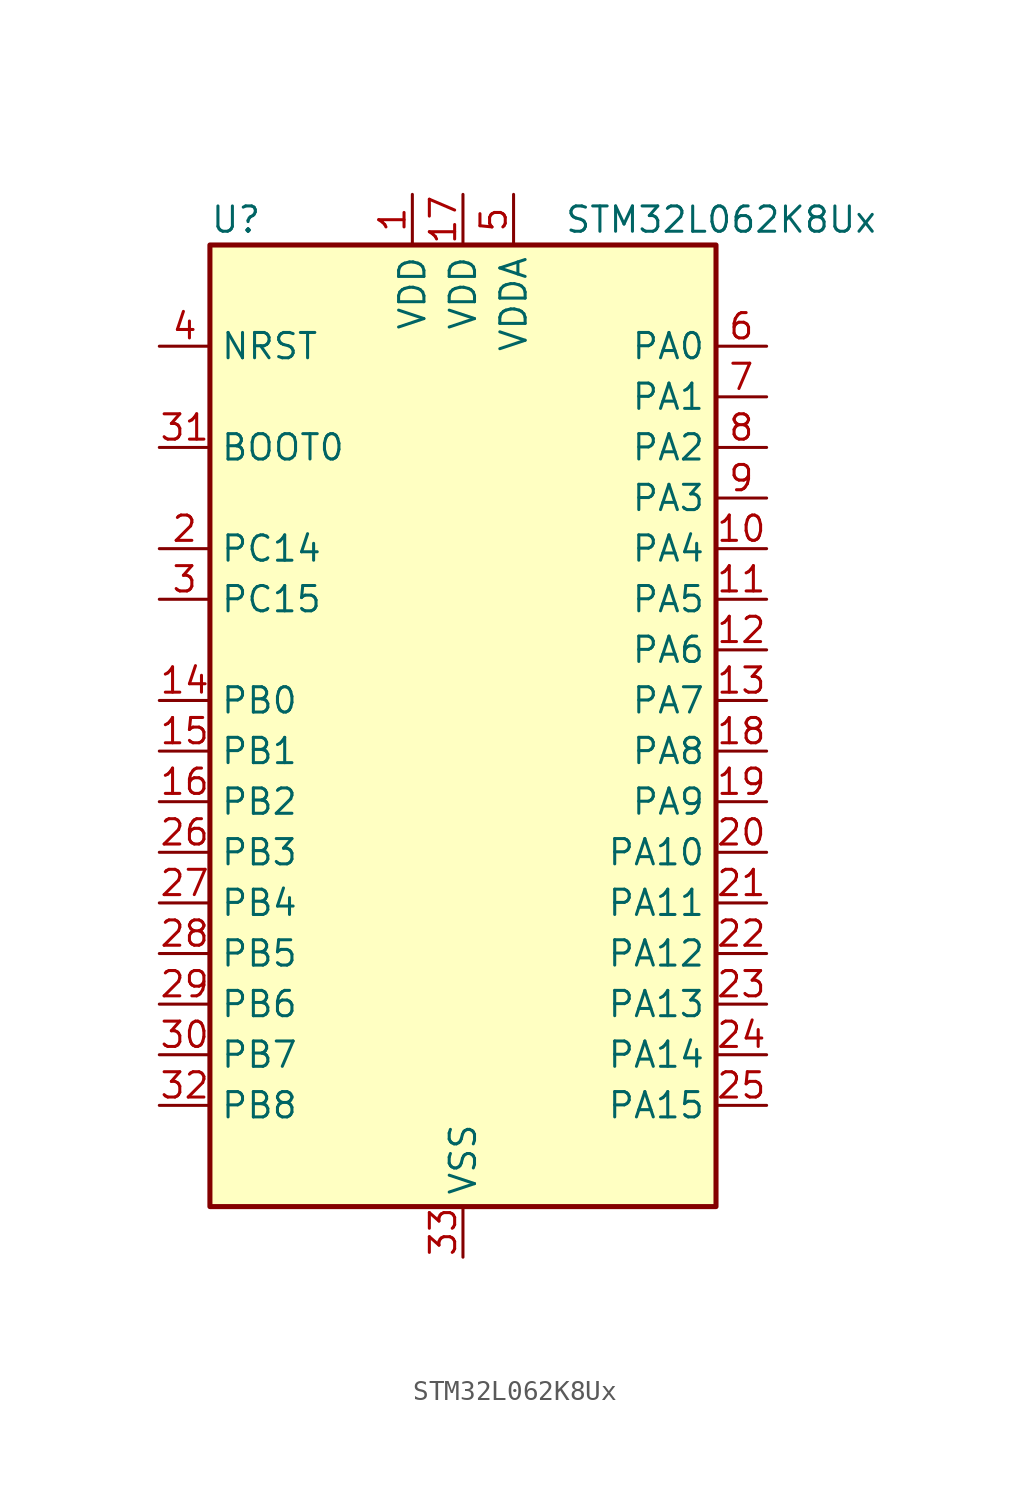
<source format=kicad_sym>
(kicad_symbol_lib
  (version 20241209)
  (generator "kicad_symbol_editor")
  (generator_version "9.0")
  (symbol "STM32L062K8Ux"
    (property "Reference" "U"
      (at -12.7 26.67 0)
      (effects (font (size 1.27 1.27)) (justify left)))
    (property "Value" "STM32L062K8Ux"
      (at 5.08 26.67 0)
      (effects (font (size 1.27 1.27)) (justify left)))
    (symbol "STM32L062K8Ux_0_1"
      (rectangle (start -12.7 -22.86) (end 12.7 25.4) (stroke (width 0.254) (type default)) (fill (type background))))
    (symbol "STM32L062K8Ux_1_1"
      (pin input line (at -15.24 20.32 0) (length 2.54) (name "NRST" (effects (font (size 1.27 1.27)))) (number "4" (effects (font (size 1.27 1.27)))))
      (pin input line (at -15.24 15.24 0) (length 2.54) (name "BOOT0" (effects (font (size 1.27 1.27)))) (number "31" (effects (font (size 1.27 1.27)))))
      (pin bidirectional line (at -15.24 10.16 0) (length 2.54) (name "PC14" (effects (font (size 1.27 1.27)))) (number "2" (effects (font (size 1.27 1.27)))) (alternate "RCC_OSC32_IN" bidirectional line))
      (pin bidirectional line (at -15.24 7.62 0) (length 2.54) (name "PC15" (effects (font (size 1.27 1.27)))) (number "3" (effects (font (size 1.27 1.27)))) (alternate "RCC_OSC32_OUT" bidirectional line))
      (pin bidirectional line (at -15.24 2.54 0) (length 2.54) (name "PB0" (effects (font (size 1.27 1.27)))) (number "14" (effects (font (size 1.27 1.27)))) (alternate "ADC_IN8" bidirectional line) (alternate "SYS_VREF_OUT_PB0" bidirectional line) (alternate "TSC_G3_IO2" bidirectional line))
      (pin bidirectional line (at -15.24 0 0) (length 2.54) (name "PB1" (effects (font (size 1.27 1.27)))) (number "15" (effects (font (size 1.27 1.27)))) (alternate "ADC_IN9" bidirectional line) (alternate "SYS_VREF_OUT_PB1" bidirectional line) (alternate "TSC_G3_IO3" bidirectional line))
      (pin bidirectional line (at -15.24 -2.54 0) (length 2.54) (name "PB2" (effects (font (size 1.27 1.27)))) (number "16" (effects (font (size 1.27 1.27)))) (alternate "LPTIM1_OUT" bidirectional line) (alternate "TSC_G3_IO4" bidirectional line))
      (pin bidirectional line (at -15.24 -5.08 0) (length 2.54) (name "PB3" (effects (font (size 1.27 1.27)))) (number "26" (effects (font (size 1.27 1.27)))) (alternate "COMP2_INM" bidirectional line) (alternate "SPI1_SCK" bidirectional line) (alternate "TIM2_CH2" bidirectional line) (alternate "TSC_G5_IO1" bidirectional line))
      (pin bidirectional line (at -15.24 -7.62 0) (length 2.54) (name "PB4" (effects (font (size 1.27 1.27)))) (number "27" (effects (font (size 1.27 1.27)))) (alternate "COMP2_INP" bidirectional line) (alternate "SPI1_MISO" bidirectional line) (alternate "TIM22_CH1" bidirectional line) (alternate "TSC_G5_IO2" bidirectional line))
      (pin bidirectional line (at -15.24 -10.16 0) (length 2.54) (name "PB5" (effects (font (size 1.27 1.27)))) (number "28" (effects (font (size 1.27 1.27)))) (alternate "COMP2_INP" bidirectional line) (alternate "I2C1_SMBA" bidirectional line) (alternate "LPTIM1_IN1" bidirectional line) (alternate "SPI1_MOSI" bidirectional line) (alternate "TIM22_CH2" bidirectional line))
      (pin bidirectional line (at -15.24 -12.7 0) (length 2.54) (name "PB6" (effects (font (size 1.27 1.27)))) (number "29" (effects (font (size 1.27 1.27)))) (alternate "COMP2_INP" bidirectional line) (alternate "I2C1_SCL" bidirectional line) (alternate "LPTIM1_ETR" bidirectional line) (alternate "TSC_G5_IO3" bidirectional line) (alternate "USART1_TX" bidirectional line))
      (pin bidirectional line (at -15.24 -15.24 0) (length 2.54) (name "PB7" (effects (font (size 1.27 1.27)))) (number "30" (effects (font (size 1.27 1.27)))) (alternate "COMP2_INP" bidirectional line) (alternate "I2C1_SDA" bidirectional line) (alternate "LPTIM1_IN2" bidirectional line) (alternate "SYS_PVD_IN" bidirectional line) (alternate "TSC_G5_IO4" bidirectional line) (alternate "USART1_RX" bidirectional line))
      (pin bidirectional line (at -15.24 -17.78 0) (length 2.54) (name "PB8" (effects (font (size 1.27 1.27)))) (number "32" (effects (font (size 1.27 1.27)))) (alternate "I2C1_SCL" bidirectional line) (alternate "TSC_SYNC" bidirectional line))
      (pin power_in line (at -2.54 27.94 270) (length 2.54) (name "VDD" (effects (font (size 1.27 1.27)))) (number "1" (effects (font (size 1.27 1.27)))))
      (pin power_in line (at 0 27.94 270) (length 2.54) (name "VDD" (effects (font (size 1.27 1.27)))) (number "17" (effects (font (size 1.27 1.27)))))
      (pin power_in line (at 0 -25.4 90) (length 2.54) (name "VSS" (effects (font (size 1.27 1.27)))) (number "33" (effects (font (size 1.27 1.27)))))
      (pin power_in line (at 2.54 27.94 270) (length 2.54) (name "VDDA" (effects (font (size 1.27 1.27)))) (number "5" (effects (font (size 1.27 1.27)))))
      (pin bidirectional line (at 15.24 20.32 180) (length 2.54) (name "PA0" (effects (font (size 1.27 1.27)))) (number "6" (effects (font (size 1.27 1.27)))) (alternate "ADC_IN0" bidirectional line) (alternate "COMP1_INM" bidirectional line) (alternate "COMP1_OUT" bidirectional line) (alternate "RTC_TAMP2" bidirectional line) (alternate "SYS_WKUP1" bidirectional line) (alternate "TIM2_CH1" bidirectional line) (alternate "TIM2_ETR" bidirectional line) (alternate "TSC_G1_IO1" bidirectional line) (alternate "USART2_CTS" bidirectional line))
      (pin bidirectional line (at 15.24 17.78 180) (length 2.54) (name "PA1" (effects (font (size 1.27 1.27)))) (number "7" (effects (font (size 1.27 1.27)))) (alternate "ADC_IN1" bidirectional line) (alternate "COMP1_INP" bidirectional line) (alternate "TIM21_ETR" bidirectional line) (alternate "TIM2_CH2" bidirectional line) (alternate "TSC_G1_IO2" bidirectional line) (alternate "USART2_DE" bidirectional line) (alternate "USART2_RTS" bidirectional line))
      (pin bidirectional line (at 15.24 15.24 180) (length 2.54) (name "PA2" (effects (font (size 1.27 1.27)))) (number "8" (effects (font (size 1.27 1.27)))) (alternate "ADC_IN2" bidirectional line) (alternate "COMP2_INM" bidirectional line) (alternate "COMP2_OUT" bidirectional line) (alternate "TIM21_CH1" bidirectional line) (alternate "TIM2_CH3" bidirectional line) (alternate "TSC_G1_IO3" bidirectional line) (alternate "USART2_TX" bidirectional line))
      (pin bidirectional line (at 15.24 12.7 180) (length 2.54) (name "PA3" (effects (font (size 1.27 1.27)))) (number "9" (effects (font (size 1.27 1.27)))) (alternate "ADC_IN3" bidirectional line) (alternate "COMP2_INP" bidirectional line) (alternate "TIM21_CH2" bidirectional line) (alternate "TIM2_CH4" bidirectional line) (alternate "TSC_G1_IO4" bidirectional line) (alternate "USART2_RX" bidirectional line))
      (pin bidirectional line (at 15.24 10.16 180) (length 2.54) (name "PA4" (effects (font (size 1.27 1.27)))) (number "10" (effects (font (size 1.27 1.27)))) (alternate "ADC_IN4" bidirectional line) (alternate "COMP1_INM" bidirectional line) (alternate "COMP2_INM" bidirectional line) (alternate "DAC_OUT1" bidirectional line) (alternate "SPI1_NSS" bidirectional line) (alternate "TIM22_ETR" bidirectional line) (alternate "TSC_G2_IO1" bidirectional line) (alternate "USART2_CK" bidirectional line))
      (pin bidirectional line (at 15.24 7.62 180) (length 2.54) (name "PA5" (effects (font (size 1.27 1.27)))) (number "11" (effects (font (size 1.27 1.27)))) (alternate "ADC_IN5" bidirectional line) (alternate "COMP1_INM" bidirectional line) (alternate "COMP2_INM" bidirectional line) (alternate "SPI1_SCK" bidirectional line) (alternate "TIM2_CH1" bidirectional line) (alternate "TIM2_ETR" bidirectional line) (alternate "TSC_G2_IO2" bidirectional line))
      (pin bidirectional line (at 15.24 5.08 180) (length 2.54) (name "PA6" (effects (font (size 1.27 1.27)))) (number "12" (effects (font (size 1.27 1.27)))) (alternate "ADC_IN6" bidirectional line) (alternate "COMP1_OUT" bidirectional line) (alternate "SPI1_MISO" bidirectional line) (alternate "TIM22_CH1" bidirectional line) (alternate "TSC_G2_IO3" bidirectional line))
      (pin bidirectional line (at 15.24 2.54 180) (length 2.54) (name "PA7" (effects (font (size 1.27 1.27)))) (number "13" (effects (font (size 1.27 1.27)))) (alternate "ADC_IN7" bidirectional line) (alternate "COMP2_OUT" bidirectional line) (alternate "SPI1_MOSI" bidirectional line) (alternate "TIM22_CH2" bidirectional line) (alternate "TSC_G2_IO4" bidirectional line))
      (pin bidirectional line (at 15.24 0 180) (length 2.54) (name "PA8" (effects (font (size 1.27 1.27)))) (number "18" (effects (font (size 1.27 1.27)))) (alternate "CRS_SYNC" bidirectional line) (alternate "RCC_MCO" bidirectional line) (alternate "USART1_CK" bidirectional line))
      (pin bidirectional line (at 15.24 -2.54 180) (length 2.54) (name "PA9" (effects (font (size 1.27 1.27)))) (number "19" (effects (font (size 1.27 1.27)))) (alternate "DAC_EXTI9" bidirectional line) (alternate "RCC_MCO" bidirectional line) (alternate "TSC_G4_IO1" bidirectional line) (alternate "USART1_TX" bidirectional line))
      (pin bidirectional line (at 15.24 -5.08 180) (length 2.54) (name "PA10" (effects (font (size 1.27 1.27)))) (number "20" (effects (font (size 1.27 1.27)))) (alternate "TSC_G4_IO2" bidirectional line) (alternate "USART1_RX" bidirectional line))
      (pin bidirectional line (at 15.24 -7.62 180) (length 2.54) (name "PA11" (effects (font (size 1.27 1.27)))) (number "21" (effects (font (size 1.27 1.27)))) (alternate "ADC_EXTI11" bidirectional line) (alternate "COMP1_OUT" bidirectional line) (alternate "SPI1_MISO" bidirectional line) (alternate "TSC_G4_IO3" bidirectional line) (alternate "USART1_CTS" bidirectional line) (alternate "USB_DM" bidirectional line))
      (pin bidirectional line (at 15.24 -10.16 180) (length 2.54) (name "PA12" (effects (font (size 1.27 1.27)))) (number "22" (effects (font (size 1.27 1.27)))) (alternate "COMP2_OUT" bidirectional line) (alternate "SPI1_MOSI" bidirectional line) (alternate "TSC_G4_IO4" bidirectional line) (alternate "USART1_DE" bidirectional line) (alternate "USART1_RTS" bidirectional line) (alternate "USB_DP" bidirectional line))
      (pin bidirectional line (at 15.24 -12.7 180) (length 2.54) (name "PA13" (effects (font (size 1.27 1.27)))) (number "23" (effects (font (size 1.27 1.27)))) (alternate "SYS_SWDIO" bidirectional line) (alternate "USB_NOE" bidirectional line))
      (pin bidirectional line (at 15.24 -15.24 180) (length 2.54) (name "PA14" (effects (font (size 1.27 1.27)))) (number "24" (effects (font (size 1.27 1.27)))) (alternate "SYS_SWCLK" bidirectional line) (alternate "USART2_TX" bidirectional line))
      (pin bidirectional line (at 15.24 -17.78 180) (length 2.54) (name "PA15" (effects (font (size 1.27 1.27)))) (number "25" (effects (font (size 1.27 1.27)))) (alternate "SPI1_NSS" bidirectional line) (alternate "TIM2_CH1" bidirectional line) (alternate "TIM2_ETR" bidirectional line) (alternate "USART2_RX" bidirectional line)))))
</source>
